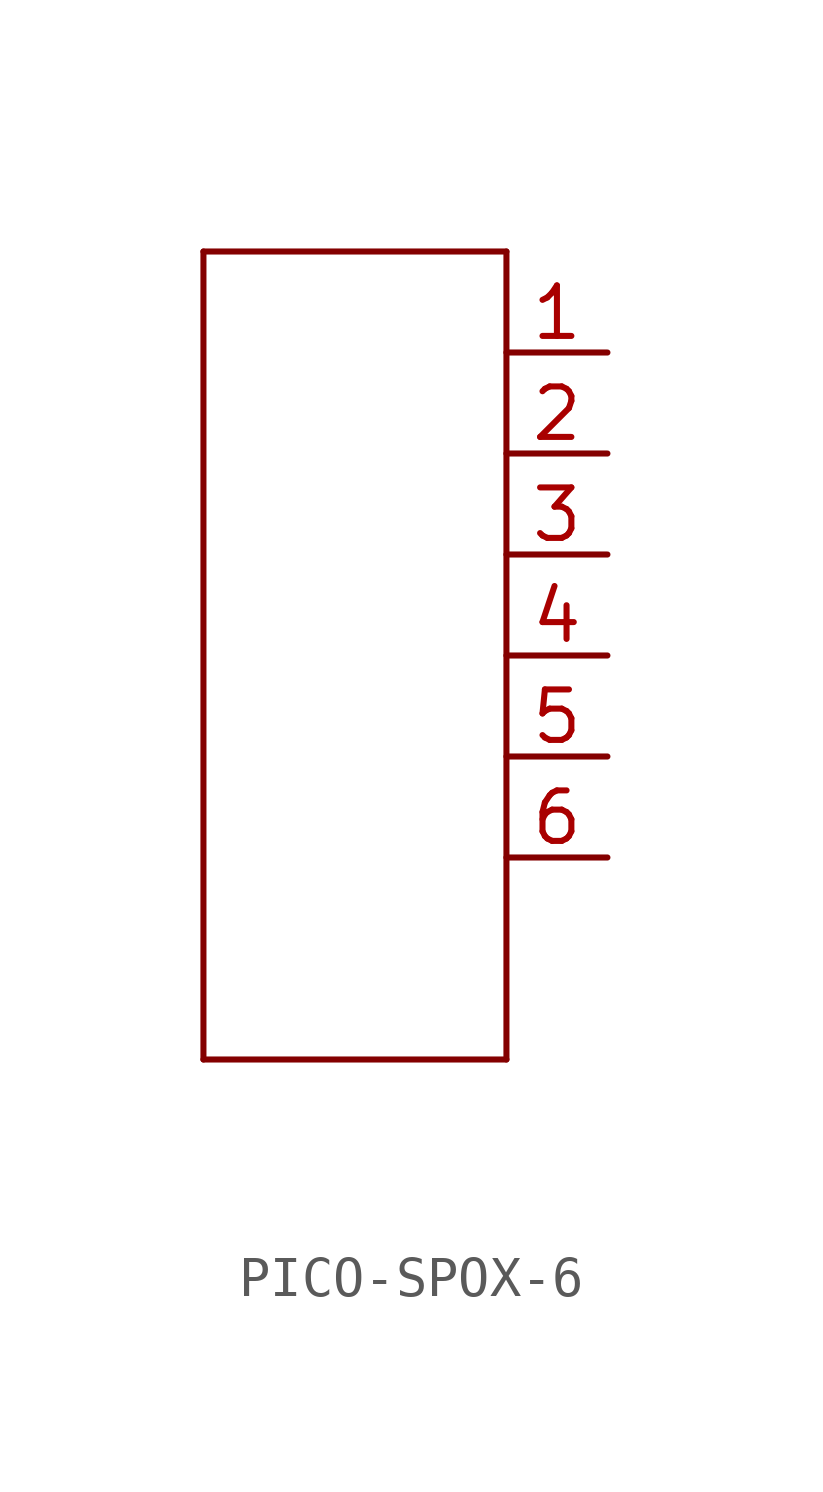
<source format=kicad_sym>
(kicad_symbol_lib
  (version 20220914)
  (generator kicad_symbol_editor)
  (symbol "PICO-SPOX-6"
    (property "Reference" ""
      (at -5.08 10.922 0)
      (effects (font (size 1.778 1.511)) (justify left bottom) hide))
    (property "Value" ""
      (at -5.08 -12.446 0)
      (effects (font (size 1.778 1.511)) (justify left bottom)))
    (property "ki_locked" ""
      (at 0 0 0)
      (effects (font (size 1.27 1.27))))
    (symbol "PICO-SPOX-6_1_0"
      (polyline (pts (xy -5.08 -10.16) (xy 2.54 -10.16)) (stroke (width 0.152) (type solid)) (fill (type none)))
      (polyline (pts (xy -5.08 10.16) (xy -5.08 -10.16)) (stroke (width 0.152) (type solid)) (fill (type none)))
      (polyline (pts (xy 2.54 -10.16) (xy 2.54 10.16)) (stroke (width 0.152) (type solid)) (fill (type none)))
      (polyline (pts (xy 2.54 10.16) (xy -5.08 10.16)) (stroke (width 0.152) (type solid)) (fill (type none)))
      (pin passive line (at 5.08 7.62 180) (length 2.54) (name "1" (effects (font (size 0 0)))) (number "1" (effects (font (size 1.27 1.27)))))
      (pin passive line (at 5.08 5.08 180) (length 2.54) (name "2" (effects (font (size 0 0)))) (number "2" (effects (font (size 1.27 1.27)))))
      (pin passive line (at 5.08 2.54 180) (length 2.54) (name "3" (effects (font (size 0 0)))) (number "3" (effects (font (size 1.27 1.27)))))
      (pin passive line (at 5.08 0 180) (length 2.54) (name "4" (effects (font (size 0 0)))) (number "4" (effects (font (size 1.27 1.27)))))
      (pin passive line (at 5.08 -2.54 180) (length 2.54) (name "5" (effects (font (size 0 0)))) (number "5" (effects (font (size 1.27 1.27)))))
      (pin passive line (at 5.08 -5.08 180) (length 2.54) (name "6" (effects (font (size 0 0)))) (number "6" (effects (font (size 1.27 1.27))))))))
</source>
